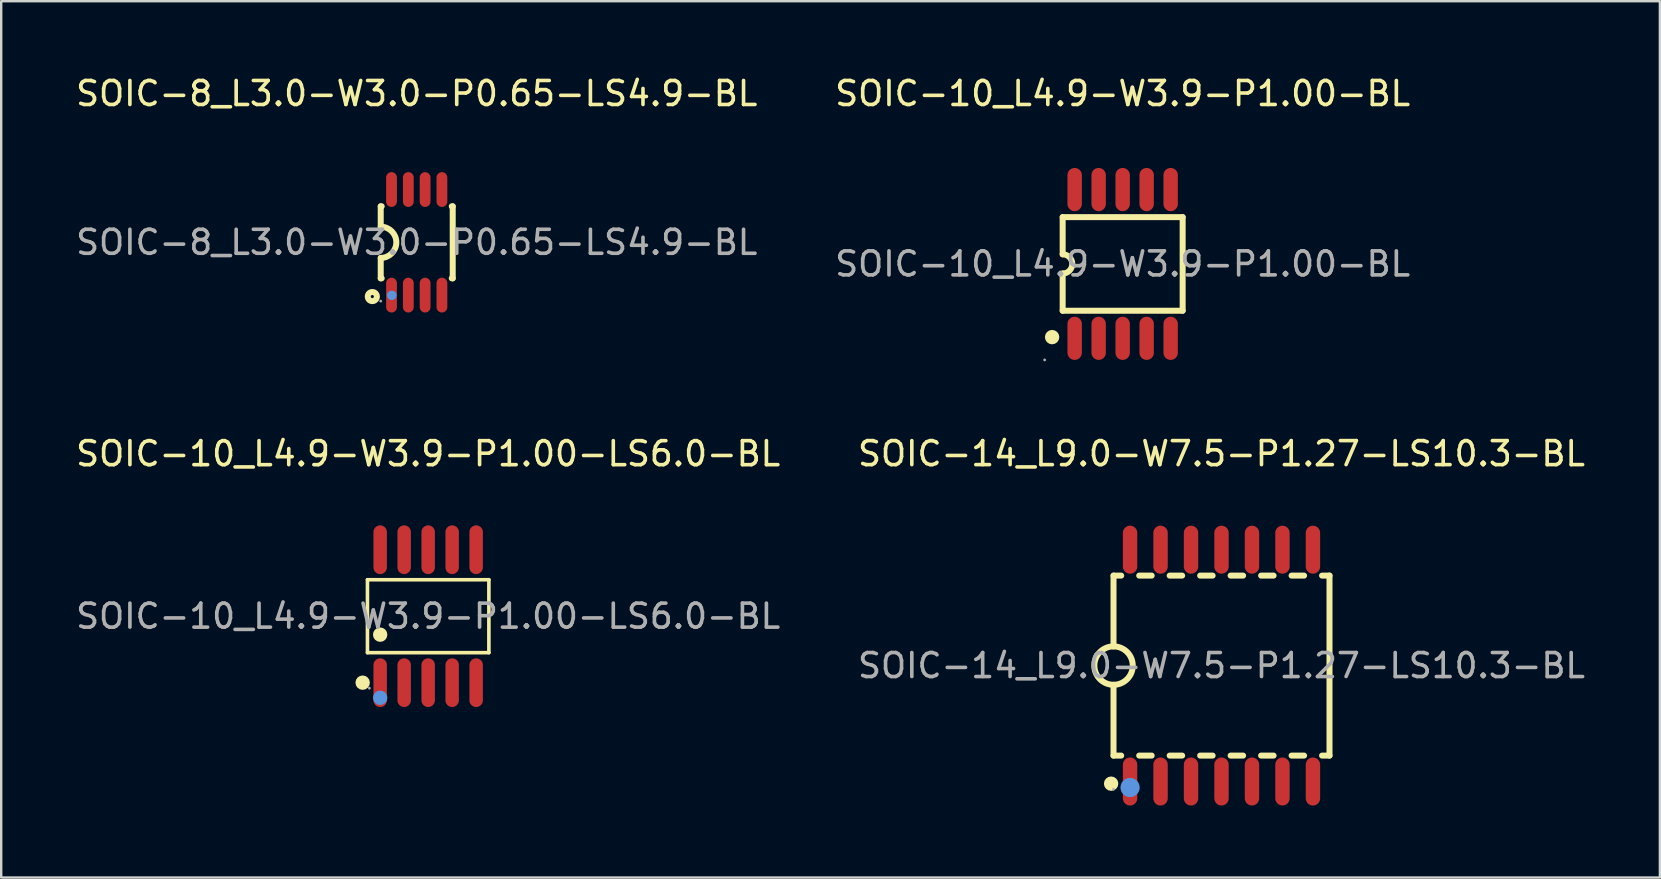
<source format=kicad_pcb>
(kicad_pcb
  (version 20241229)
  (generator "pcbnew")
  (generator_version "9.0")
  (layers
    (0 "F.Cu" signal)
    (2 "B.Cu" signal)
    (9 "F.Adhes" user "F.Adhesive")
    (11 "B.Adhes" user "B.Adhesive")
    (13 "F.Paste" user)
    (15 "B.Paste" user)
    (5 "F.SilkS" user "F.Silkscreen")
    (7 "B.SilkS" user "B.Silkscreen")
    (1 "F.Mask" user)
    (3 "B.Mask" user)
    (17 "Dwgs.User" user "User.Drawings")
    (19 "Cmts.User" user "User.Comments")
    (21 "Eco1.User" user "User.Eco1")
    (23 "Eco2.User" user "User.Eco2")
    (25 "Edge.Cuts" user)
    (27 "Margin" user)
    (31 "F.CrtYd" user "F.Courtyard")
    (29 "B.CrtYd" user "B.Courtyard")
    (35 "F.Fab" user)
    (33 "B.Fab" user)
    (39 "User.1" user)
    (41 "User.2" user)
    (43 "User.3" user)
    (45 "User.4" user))
  (footprint "SOIC-14_L9.0-W7.5-P1.27-LS10.3-BL"
    (layer "F.Cu")
    (at 47.851 24.686)
    (property "Reference" "SOIC-14_L9.0-W7.5-P1.27-LS10.3-BL" (at 0 -8.83 0) (layer "F.SilkS") (effects (font (size 1 1) (thickness 0.15))))
    (attr through_hole)
    (fp_line (start -4.5 -3.75) (end -4.5 -0.8) (stroke (width 0.25) (type solid)) (layer "F.SilkS"))
    (fp_line (start -4.5 -3.75) (end -4.18 -3.75) (stroke (width 0.25) (type solid)) (layer "F.SilkS"))
    (fp_line (start -4.5 3.75) (end -4.5 0.8) (stroke (width 0.25) (type solid)) (layer "F.SilkS"))
    (fp_line (start -4.18 3.75) (end -4.5 3.75) (stroke (width 0.25) (type solid)) (layer "F.SilkS"))
    (fp_line (start -3.43 -3.75) (end -2.91 -3.75) (stroke (width 0.25) (type solid)) (layer "F.SilkS"))
    (fp_line (start -2.91 3.75) (end -3.43 3.75) (stroke (width 0.25) (type solid)) (layer "F.SilkS"))
    (fp_line (start -2.16 -3.75) (end -1.64 -3.75) (stroke (width 0.25) (type solid)) (layer "F.SilkS"))
    (fp_line (start -1.64 3.75) (end -2.16 3.75) (stroke (width 0.25) (type solid)) (layer "F.SilkS"))
    (fp_line (start -0.89 -3.75) (end -0.37 -3.75) (stroke (width 0.25) (type solid)) (layer "F.SilkS"))
    (fp_line (start -0.37 3.75) (end -0.89 3.75) (stroke (width 0.25) (type solid)) (layer "F.SilkS"))
    (fp_line (start 0.38 -3.75) (end 0.9 -3.75) (stroke (width 0.25) (type solid)) (layer "F.SilkS"))
    (fp_line (start 0.9 3.75) (end 0.38 3.75) (stroke (width 0.25) (type solid)) (layer "F.SilkS"))
    (fp_line (start 1.65 -3.75) (end 2.17 -3.75) (stroke (width 0.25) (type solid)) (layer "F.SilkS"))
    (fp_line (start 2.17 3.75) (end 1.65 3.75) (stroke (width 0.25) (type solid)) (layer "F.SilkS"))
    (fp_line (start 2.92 -3.75) (end 3.44 -3.75) (stroke (width 0.25) (type solid)) (layer "F.SilkS"))
    (fp_line (start 3.44 3.75) (end 2.92 3.75) (stroke (width 0.25) (type solid)) (layer "F.SilkS"))
    (fp_line (start 4.19 -3.75) (end 4.5 -3.75) (stroke (width 0.25) (type solid)) (layer "F.SilkS"))
    (fp_line (start 4.5 -3.75) (end 4.5 3.75) (stroke (width 0.25) (type solid)) (layer "F.SilkS"))
    (fp_line (start 4.5 3.75) (end 4.19 3.75) (stroke (width 0.25) (type solid)) (layer "F.SilkS"))
    (fp_arc (start -4.6 4.92) (mid -4.6 4.92) (end -4.6 4.92) (stroke (width 0.3) (type solid)) (layer "F.SilkS"))
    (fp_arc (start -4.486038 -0.799878) (mid -4.506981 0.799969) (end -4.5 -0.8) (stroke (width 0.25) (type solid)) (layer "F.SilkS"))
    (fp_circle (center -3.81 5.08) (end -3.61 5.08) (stroke (width 0.4) (type solid)) (fill no) (layer "Cmts.User"))
    (fp_circle (center -4.5 5.15) (end -4.47 5.15) (stroke (width 0.06) (type solid)) (fill no) (layer "F.Fab"))
    (fp_text user "${REFERENCE}" (at 0 0 0) (layer "F.Fab") (effects (font (size 1 1) (thickness 0.15))))
    (pad "1" smd oval (at -3.81 4.83) (size 0.6 2) (layers "F.Cu" "F.Mask" "F.Paste"))
    (pad "2" smd oval (at -2.54 4.83) (size 0.6 2) (layers "F.Cu" "F.Mask" "F.Paste"))
    (pad "3" smd oval (at -1.27 4.83) (size 0.6 2) (layers "F.Cu" "F.Mask" "F.Paste"))
    (pad "4" smd oval (at 0 4.83) (size 0.6 2) (layers "F.Cu" "F.Mask" "F.Paste"))
    (pad "5" smd oval (at 1.27 4.83) (size 0.6 2) (layers "F.Cu" "F.Mask" "F.Paste"))
    (pad "6" smd oval (at 2.54 4.83) (size 0.6 2) (layers "F.Cu" "F.Mask" "F.Paste"))
    (pad "7" smd oval (at 3.81 4.83) (size 0.6 2) (layers "F.Cu" "F.Mask" "F.Paste"))
    (pad "8" smd oval (at 3.81 -4.83 180) (size 0.6 2) (layers "F.Cu" "F.Mask" "F.Paste"))
    (pad "9" smd oval (at 2.54 -4.83 180) (size 0.6 2) (layers "F.Cu" "F.Mask" "F.Paste"))
    (pad "10" smd oval (at 1.27 -4.83 180) (size 0.6 2) (layers "F.Cu" "F.Mask" "F.Paste"))
    (pad "11" smd oval (at 0 -4.83 180) (size 0.6 2) (layers "F.Cu" "F.Mask" "F.Paste"))
    (pad "12" smd oval (at -1.27 -4.83 180) (size 0.6 2) (layers "F.Cu" "F.Mask" "F.Paste"))
    (pad "13" smd oval (at -2.54 -4.83 180) (size 0.6 2) (layers "F.Cu" "F.Mask" "F.Paste"))
    (pad "14" smd oval (at -3.81 -4.83 180) (size 0.6 2) (layers "F.Cu" "F.Mask" "F.Paste")))
  (footprint "SOIC-8_L3.0-W3.0-P0.65-LS4.9-BL"
    (layer "F.Cu")
    (at 14.315 7.048)
    (property "Reference" "SOIC-8_L3.0-W3.0-P0.65-LS4.9-BL" (at 0 -6.2 0) (layer "F.SilkS") (effects (font (size 1 1) (thickness 0.15))))
    (attr through_hole)
    (fp_line (start -1.5 -1.5) (end -1.5 -0.65) (stroke (width 0.25) (type solid)) (layer "F.SilkS"))
    (fp_line (start -1.5 -1.5) (end -1.46 -1.5) (stroke (width 0.25) (type solid)) (layer "F.SilkS"))
    (fp_line (start -1.5 1.5) (end -1.5 0.65) (stroke (width 0.25) (type solid)) (layer "F.SilkS"))
    (fp_line (start -1.5 1.5) (end -1.46 1.5) (stroke (width 0.25) (type solid)) (layer "F.SilkS"))
    (fp_line (start 1.46 -1.5) (end 1.5 -1.5) (stroke (width 0.25) (type solid)) (layer "F.SilkS"))
    (fp_line (start 1.46 1.5) (end 1.5 1.5) (stroke (width 0.25) (type solid)) (layer "F.SilkS"))
    (fp_line (start 1.5 -1.5) (end 1.5 1.5) (stroke (width 0.25) (type solid)) (layer "F.SilkS"))
    (fp_arc (start -1.5 -0.65) (mid -0.85 0) (end -1.5 0.65) (stroke (width 0.25) (type solid)) (layer "F.SilkS"))
    (fp_circle (center -1.85 2.26) (end -1.66 2.26) (stroke (width 0.25) (type solid)) (fill no) (layer "F.SilkS"))
    (fp_circle (center -1.04 2.21) (end -0.94 2.21) (stroke (width 0.2) (type solid)) (fill no) (layer "Cmts.User"))
    (fp_circle (center -1.5 2.45) (end -1.47 2.45) (stroke (width 0.06) (type solid)) (fill no) (layer "F.Fab"))
    (fp_text user "${REFERENCE}" (at 0 0 0) (layer "F.Fab") (effects (font (size 1 1) (thickness 0.15))))
    (pad "1" smd oval (at -1.05 2.2 180) (size 0.45 1.45) (layers "F.Cu" "F.Mask" "F.Paste"))
    (pad "2" smd oval (at -0.35 2.2 180) (size 0.45 1.45) (layers "F.Cu" "F.Mask" "F.Paste"))
    (pad "3" smd oval (at 0.35 2.2 180) (size 0.45 1.45) (layers "F.Cu" "F.Mask" "F.Paste"))
    (pad "4" smd oval (at 1.05 2.2 180) (size 0.45 1.45) (layers "F.Cu" "F.Mask" "F.Paste"))
    (pad "5" smd oval (at 1.05 -2.2 180) (size 0.45 1.45) (layers "F.Cu" "F.Mask" "F.Paste"))
    (pad "6" smd oval (at 0.35 -2.2 180) (size 0.45 1.45) (layers "F.Cu" "F.Mask" "F.Paste"))
    (pad "7" smd oval (at -0.35 -2.2 180) (size 0.45 1.45) (layers "F.Cu" "F.Mask" "F.Paste"))
    (pad "8" smd oval (at -1.05 -2.2 180) (size 0.45 1.45) (layers "F.Cu" "F.Mask" "F.Paste")))
  (footprint "SOIC-10_L4.9-W3.9-P1.00-BL"
    (layer "F.Cu")
    (at 43.732 7.948)
    (property "Reference" "SOIC-10_L4.9-W3.9-P1.00-BL" (at 0 -7.1 0) (layer "F.SilkS") (effects (font (size 1 1) (thickness 0.15))))
    (attr through_hole)
    (fp_line (start -2.5 -1.95) (end -2.5 -0.4) (stroke (width 0.25) (type solid)) (layer "F.SilkS"))
    (fp_line (start -2.5 1.95) (end -2.5 0.4) (stroke (width 0.25) (type solid)) (layer "F.SilkS"))
    (fp_line (start -2.5 1.95) (end 2.5 1.95) (stroke (width 0.25) (type solid)) (layer "F.SilkS"))
    (fp_line (start 2.5 -1.95) (end -2.5 -1.95) (stroke (width 0.25) (type solid)) (layer "F.SilkS"))
    (fp_line (start 2.5 1.95) (end 2.5 -1.95) (stroke (width 0.25) (type solid)) (layer "F.SilkS"))
    (fp_arc (start -2.94 3.05) (mid -2.94 3.05) (end -2.94 3.05) (stroke (width 0.3) (type solid)) (layer "F.SilkS"))
    (fp_arc (start -2.5 -0.4) (mid -2.1 0) (end -2.5 0.4) (stroke (width 0.25) (type solid)) (layer "F.SilkS"))
    (fp_circle (center -3.25 4) (end -3.22 4) (stroke (width 0.06) (type solid)) (fill no) (layer "F.Fab"))
    (fp_text user "${REFERENCE}" (at 0 0 0) (layer "F.Fab") (effects (font (size 1 1) (thickness 0.15))))
    (pad "1" smd oval (at -2 3.1) (size 0.6 1.8) (layers "F.Cu" "F.Mask" "F.Paste"))
    (pad "2" smd oval (at -1 3.1) (size 0.6 1.8) (layers "F.Cu" "F.Mask" "F.Paste"))
    (pad "3" smd oval (at 0 3.1) (size 0.6 1.8) (layers "F.Cu" "F.Mask" "F.Paste"))
    (pad "4" smd oval (at 1 3.1) (size 0.6 1.8) (layers "F.Cu" "F.Mask" "F.Paste"))
    (pad "5" smd oval (at 2 3.1) (size 0.6 1.8) (layers "F.Cu" "F.Mask" "F.Paste"))
    (pad "6" smd oval (at 2 -3.1 180) (size 0.6 1.8) (layers "F.Cu" "F.Mask" "F.Paste"))
    (pad "7" smd oval (at 1 -3.1 180) (size 0.6 1.8) (layers "F.Cu" "F.Mask" "F.Paste"))
    (pad "8" smd oval (at 0 -3.1 180) (size 0.6 1.8) (layers "F.Cu" "F.Mask" "F.Paste"))
    (pad "9" smd oval (at -1 -3.1 180) (size 0.6 1.8) (layers "F.Cu" "F.Mask" "F.Paste"))
    (pad "10" smd oval (at -2 -3.1 180) (size 0.6 1.8) (layers "F.Cu" "F.Mask" "F.Paste")))
  (footprint "SOIC-10_L4.9-W3.9-P1.00-LS6.0-BL"
    (layer "F.Cu")
    (at 14.792 22.627)
    (property "Reference" "SOIC-10_L4.9-W3.9-P1.00-LS6.0-BL" (at 0 -6.77 0) (layer "F.SilkS") (effects (font (size 1 1) (thickness 0.15))))
    (attr through_hole)
    (fp_line (start -2.53 -1.52) (end 2.53 -1.52) (stroke (width 0.15) (type solid)) (layer "F.SilkS"))
    (fp_line (start -2.53 1.52) (end -2.53 -1.52) (stroke (width 0.15) (type solid)) (layer "F.SilkS"))
    (fp_line (start 2.53 -1.52) (end 2.53 1.52) (stroke (width 0.15) (type solid)) (layer "F.SilkS"))
    (fp_line (start 2.53 1.52) (end -2.53 1.52) (stroke (width 0.15) (type solid)) (layer "F.SilkS"))
    (fp_circle (center -2.73 2.77) (end -2.58 2.77) (stroke (width 0.3) (type solid)) (fill no) (layer "F.SilkS"))
    (fp_circle (center -2 0.77) (end -1.85 0.77) (stroke (width 0.3) (type solid)) (fill no) (layer "F.SilkS"))
    (fp_circle (center -2 3.4) (end -1.85 3.4) (stroke (width 0.3) (type solid)) (fill no) (layer "Cmts.User"))
    (fp_circle (center -2.45 3) (end -2.42 3) (stroke (width 0.06) (type solid)) (fill no) (layer "F.Fab"))
    (fp_text user "${REFERENCE}" (at 0 0 0) (layer "F.Fab") (effects (font (size 1 1) (thickness 0.15))))
    (pad "1" smd oval (at -2 2.77) (size 0.56 2.03) (layers "F.Cu" "F.Mask" "F.Paste"))
    (pad "2" smd oval (at -1 2.77) (size 0.56 2.03) (layers "F.Cu" "F.Mask" "F.Paste"))
    (pad "3" smd oval (at 0 2.77) (size 0.56 2.03) (layers "F.Cu" "F.Mask" "F.Paste"))
    (pad "4" smd oval (at 1 2.77) (size 0.56 2.03) (layers "F.Cu" "F.Mask" "F.Paste"))
    (pad "5" smd oval (at 2 2.77) (size 0.56 2.03) (layers "F.Cu" "F.Mask" "F.Paste"))
    (pad "6" smd oval (at 2 -2.77) (size 0.56 2.03) (layers "F.Cu" "F.Mask" "F.Paste"))
    (pad "7" smd oval (at 1 -2.77) (size 0.56 2.03) (layers "F.Cu" "F.Mask" "F.Paste"))
    (pad "8" smd oval (at 0 -2.77) (size 0.56 2.03) (layers "F.Cu" "F.Mask" "F.Paste"))
    (pad "9" smd oval (at -1 -2.77) (size 0.56 2.03) (layers "F.Cu" "F.Mask" "F.Paste"))
    (pad "10" smd oval (at -2 -2.77) (size 0.56 2.03) (layers "F.Cu" "F.Mask" "F.Paste")))
  (gr_rect
    (start -3 -3)
    (end 66.119 33.517)
    (stroke (width 0.1) (type default))
    (fill no)
    (layer "Edge.Cuts")))
</source>
